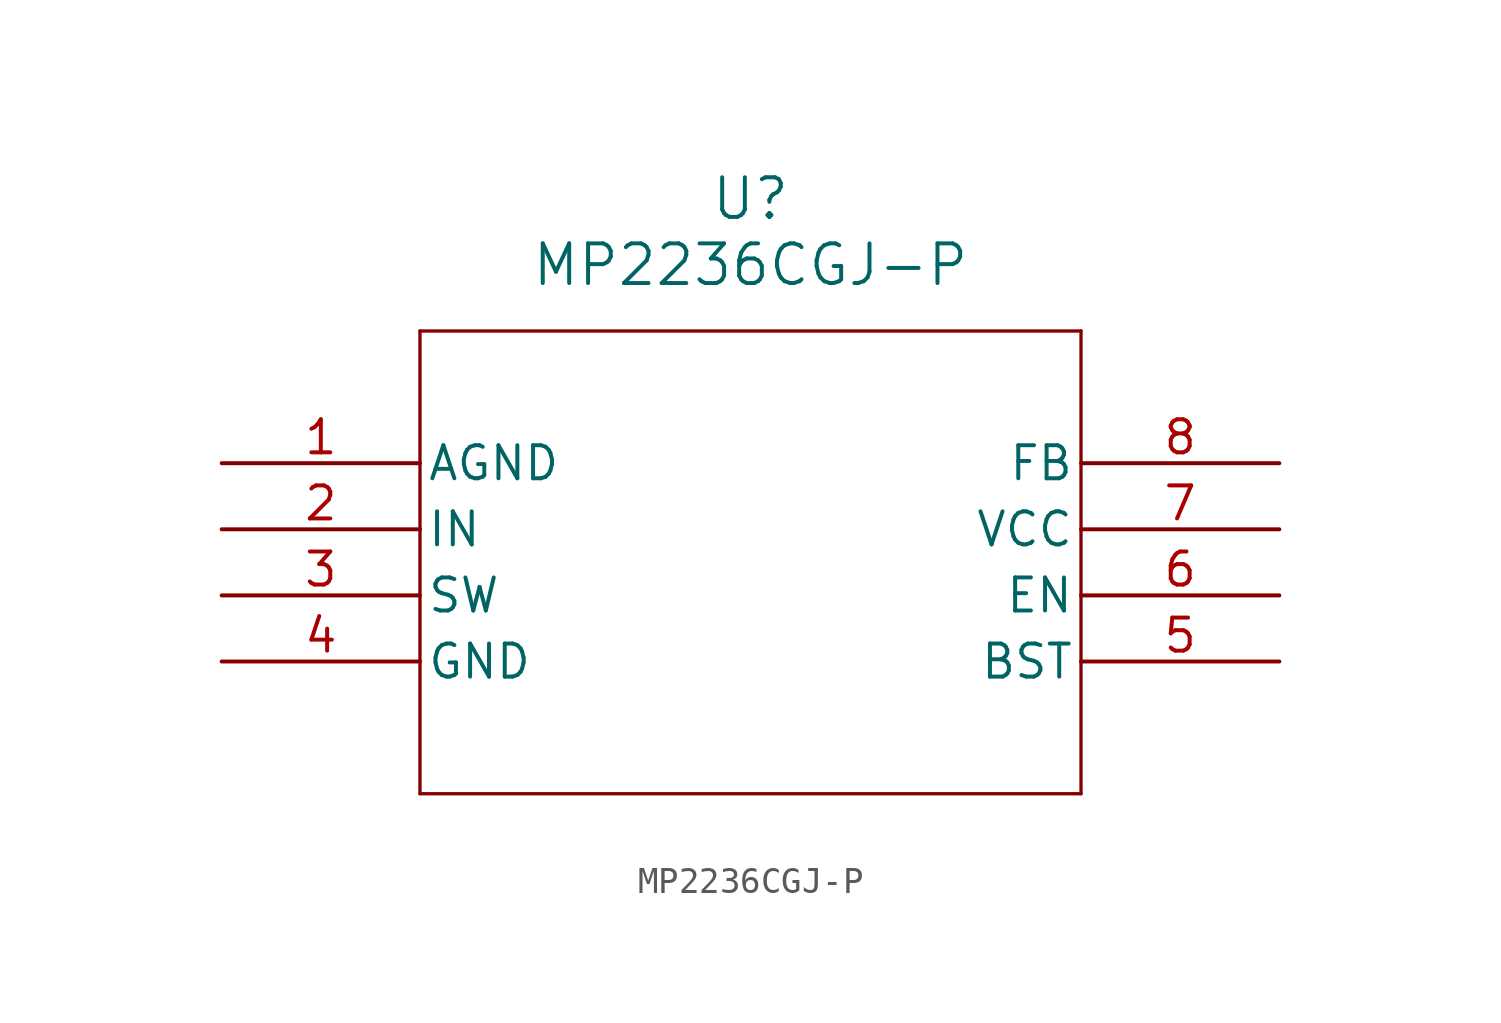
<source format=kicad_sym>
(kicad_symbol_lib
  (version 20211014)
  (generator kicad_symbol_editor)
  (symbol "MP2236CGJ-P"
    (pin_names
      (offset 0.254))
    (property "Reference" "U"
      (at 20.32 10.16 0)
      (effects (font (size 1.524 1.524))))
    (property "Value" "MP2236CGJ-P"
      (at 20.32 7.62 0)
      (effects (font (size 1.524 1.524))))
    (symbol "MP2236CGJ-P_0_1"
      (polyline (pts (xy 7.62 5.08) (xy 7.62 -12.7)) (stroke (width 0.127) (type default) (color 0 0 0 0)) (fill (type none)))
      (polyline (pts (xy 7.62 -12.7) (xy 33.02 -12.7)) (stroke (width 0.127) (type default) (color 0 0 0 0)) (fill (type none)))
      (polyline (pts (xy 33.02 -12.7) (xy 33.02 5.08)) (stroke (width 0.127) (type default) (color 0 0 0 0)) (fill (type none)))
      (polyline (pts (xy 33.02 5.08) (xy 7.62 5.08)) (stroke (width 0.127) (type default) (color 0 0 0 0)) (fill (type none)))
      (pin power_in line (at 0 0 0) (length 7.62) (name "AGND" (effects (font (size 1.27 1.27)))) (number "1" (effects (font (size 1.27 1.27)))))
      (pin power_in line (at 0 -2.54 0) (length 7.62) (name "IN" (effects (font (size 1.27 1.27)))) (number "2" (effects (font (size 1.27 1.27)))))
      (pin power_in line (at 0 -5.08 0) (length 7.62) (name "SW" (effects (font (size 1.27 1.27)))) (number "3" (effects (font (size 1.27 1.27)))))
      (pin power_in line (at 0 -7.62 0) (length 7.62) (name "GND" (effects (font (size 1.27 1.27)))) (number "4" (effects (font (size 1.27 1.27)))))
      (pin power_in line (at 40.64 -7.62 180) (length 7.62) (name "BST" (effects (font (size 1.27 1.27)))) (number "5" (effects (font (size 1.27 1.27)))))
      (pin input line (at 40.64 -5.08 180) (length 7.62) (name "EN" (effects (font (size 1.27 1.27)))) (number "6" (effects (font (size 1.27 1.27)))))
      (pin power_in line (at 40.64 -2.54 180) (length 7.62) (name "VCC" (effects (font (size 1.27 1.27)))) (number "7" (effects (font (size 1.27 1.27)))))
      (pin unspecified line (at 40.64 0 180) (length 7.62) (name "FB" (effects (font (size 1.27 1.27)))) (number "8" (effects (font (size 1.27 1.27))))))))
</source>
